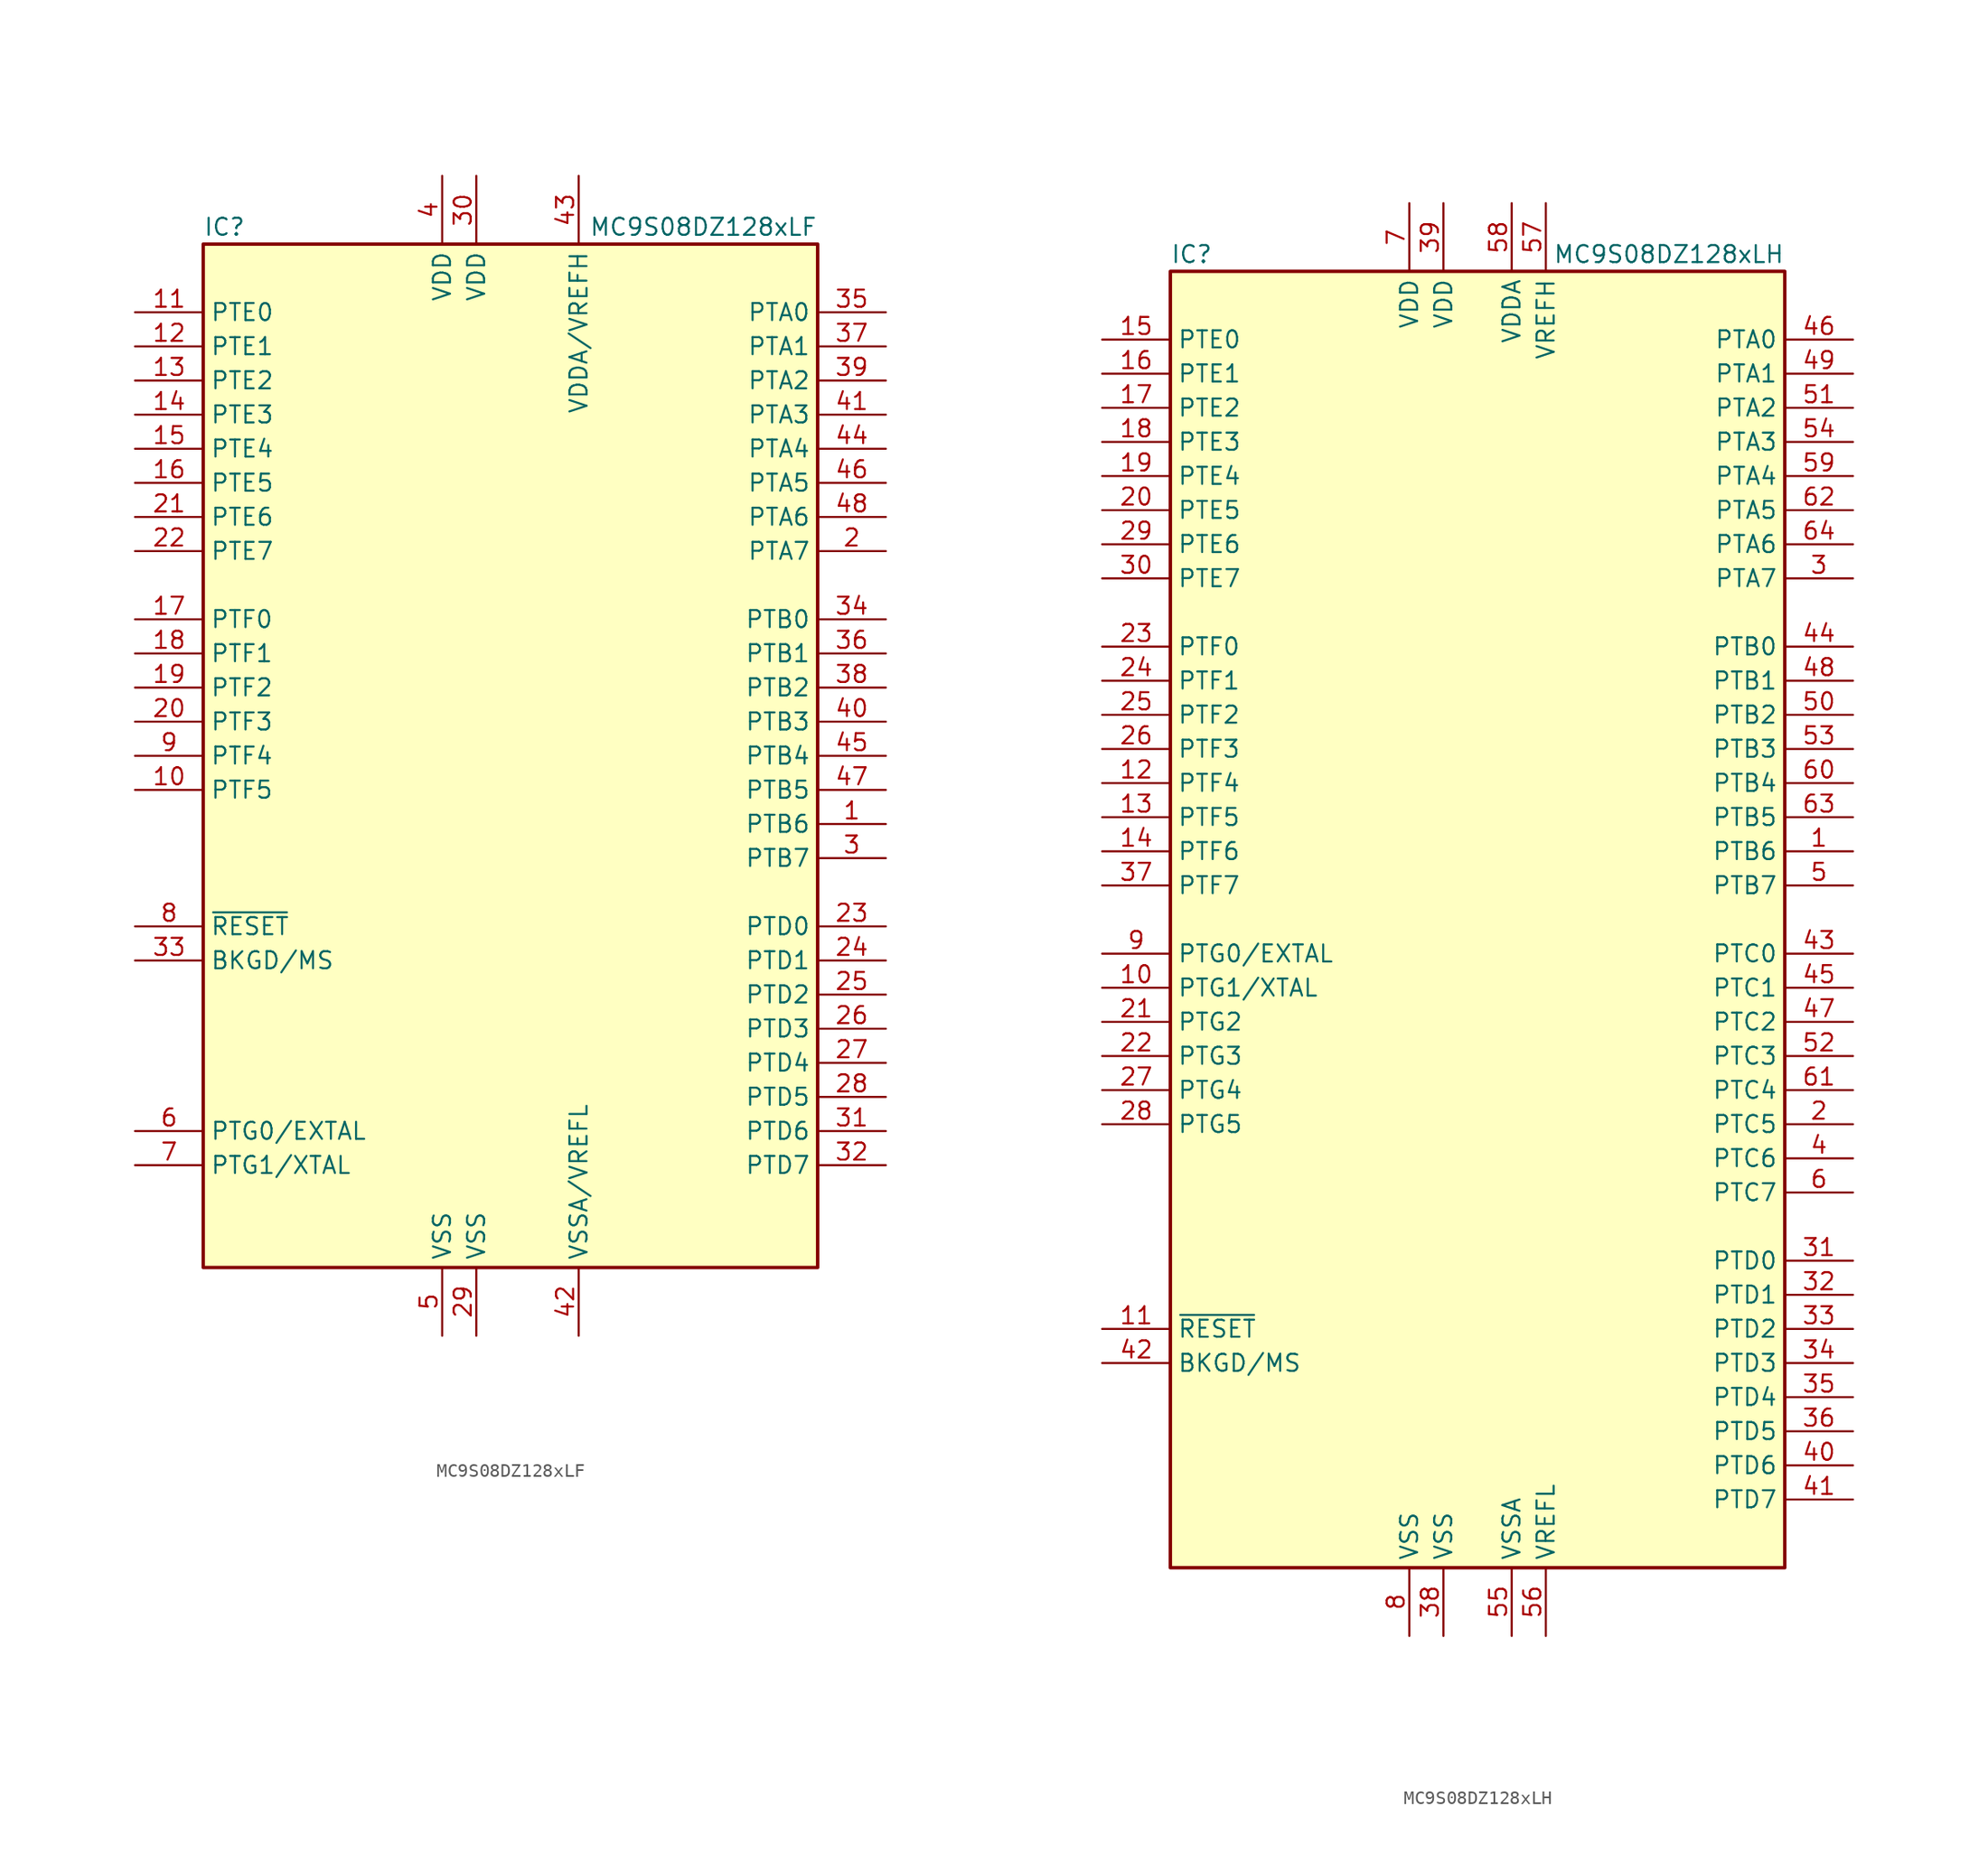
<source format=kicad_sym>
(kicad_symbol_lib
  (version 20201005)
  (generator kicad_symbol_editor)
  (symbol "MC9S08DZ128xLF"
    (property "Reference" "IC"
      (at -22.86 39.37 0)
      (effects (font (size 1.27 1.27)) (justify left)))
    (property "Value" "MC9S08DZ128xLF"
      (at 22.86 39.37 0)
      (effects (font (size 1.27 1.27)) (justify right)))
    (symbol "MC9S08DZ128xLF_0_1"
      (rectangle (start -22.86 38.1) (end 22.86 -38.1) (stroke (width 0.254)) (fill (type background))))
    (symbol "MC9S08DZ128xLF_1_1"
      (pin bidirectional line (at 27.94 -5.08 180) (length 5.08) (name "PTB6" (effects (font (size 1.27 1.27)))) (number "1" (effects (font (size 1.27 1.27)))))
      (pin bidirectional line (at -27.94 -2.54 0) (length 5.08) (name "PTF5" (effects (font (size 1.27 1.27)))) (number "10" (effects (font (size 1.27 1.27)))))
      (pin bidirectional line (at -27.94 33.02 0) (length 5.08) (name "PTE0" (effects (font (size 1.27 1.27)))) (number "11" (effects (font (size 1.27 1.27)))))
      (pin bidirectional line (at -27.94 30.48 0) (length 5.08) (name "PTE1" (effects (font (size 1.27 1.27)))) (number "12" (effects (font (size 1.27 1.27)))))
      (pin bidirectional line (at -27.94 27.94 0) (length 5.08) (name "PTE2" (effects (font (size 1.27 1.27)))) (number "13" (effects (font (size 1.27 1.27)))))
      (pin bidirectional line (at -27.94 25.4 0) (length 5.08) (name "PTE3" (effects (font (size 1.27 1.27)))) (number "14" (effects (font (size 1.27 1.27)))))
      (pin bidirectional line (at -27.94 22.86 0) (length 5.08) (name "PTE4" (effects (font (size 1.27 1.27)))) (number "15" (effects (font (size 1.27 1.27)))))
      (pin bidirectional line (at -27.94 20.32 0) (length 5.08) (name "PTE5" (effects (font (size 1.27 1.27)))) (number "16" (effects (font (size 1.27 1.27)))))
      (pin bidirectional line (at -27.94 10.16 0) (length 5.08) (name "PTF0" (effects (font (size 1.27 1.27)))) (number "17" (effects (font (size 1.27 1.27)))))
      (pin bidirectional line (at -27.94 7.62 0) (length 5.08) (name "PTF1" (effects (font (size 1.27 1.27)))) (number "18" (effects (font (size 1.27 1.27)))))
      (pin bidirectional line (at -27.94 5.08 0) (length 5.08) (name "PTF2" (effects (font (size 1.27 1.27)))) (number "19" (effects (font (size 1.27 1.27)))))
      (pin bidirectional line (at 27.94 15.24 180) (length 5.08) (name "PTA7" (effects (font (size 1.27 1.27)))) (number "2" (effects (font (size 1.27 1.27)))))
      (pin bidirectional line (at -27.94 2.54 0) (length 5.08) (name "PTF3" (effects (font (size 1.27 1.27)))) (number "20" (effects (font (size 1.27 1.27)))))
      (pin bidirectional line (at -27.94 17.78 0) (length 5.08) (name "PTE6" (effects (font (size 1.27 1.27)))) (number "21" (effects (font (size 1.27 1.27)))))
      (pin bidirectional line (at -27.94 15.24 0) (length 5.08) (name "PTE7" (effects (font (size 1.27 1.27)))) (number "22" (effects (font (size 1.27 1.27)))))
      (pin bidirectional line (at 27.94 -12.7 180) (length 5.08) (name "PTD0" (effects (font (size 1.27 1.27)))) (number "23" (effects (font (size 1.27 1.27)))))
      (pin bidirectional line (at 27.94 -15.24 180) (length 5.08) (name "PTD1" (effects (font (size 1.27 1.27)))) (number "24" (effects (font (size 1.27 1.27)))))
      (pin bidirectional line (at 27.94 -17.78 180) (length 5.08) (name "PTD2" (effects (font (size 1.27 1.27)))) (number "25" (effects (font (size 1.27 1.27)))))
      (pin bidirectional line (at 27.94 -20.32 180) (length 5.08) (name "PTD3" (effects (font (size 1.27 1.27)))) (number "26" (effects (font (size 1.27 1.27)))))
      (pin bidirectional line (at 27.94 -22.86 180) (length 5.08) (name "PTD4" (effects (font (size 1.27 1.27)))) (number "27" (effects (font (size 1.27 1.27)))))
      (pin bidirectional line (at 27.94 -25.4 180) (length 5.08) (name "PTD5" (effects (font (size 1.27 1.27)))) (number "28" (effects (font (size 1.27 1.27)))))
      (pin power_in line (at -2.54 -43.18 90) (length 5.08) (name "VSS" (effects (font (size 1.27 1.27)))) (number "29" (effects (font (size 1.27 1.27)))))
      (pin bidirectional line (at 27.94 -7.62 180) (length 5.08) (name "PTB7" (effects (font (size 1.27 1.27)))) (number "3" (effects (font (size 1.27 1.27)))))
      (pin power_in line (at -2.54 43.18 270) (length 5.08) (name "VDD" (effects (font (size 1.27 1.27)))) (number "30" (effects (font (size 1.27 1.27)))))
      (pin bidirectional line (at 27.94 -27.94 180) (length 5.08) (name "PTD6" (effects (font (size 1.27 1.27)))) (number "31" (effects (font (size 1.27 1.27)))))
      (pin bidirectional line (at 27.94 -30.48 180) (length 5.08) (name "PTD7" (effects (font (size 1.27 1.27)))) (number "32" (effects (font (size 1.27 1.27)))))
      (pin bidirectional line (at -27.94 -15.24 0) (length 5.08) (name "BKGD/MS" (effects (font (size 1.27 1.27)))) (number "33" (effects (font (size 1.27 1.27)))))
      (pin bidirectional line (at 27.94 10.16 180) (length 5.08) (name "PTB0" (effects (font (size 1.27 1.27)))) (number "34" (effects (font (size 1.27 1.27)))))
      (pin bidirectional line (at 27.94 33.02 180) (length 5.08) (name "PTA0" (effects (font (size 1.27 1.27)))) (number "35" (effects (font (size 1.27 1.27)))))
      (pin bidirectional line (at 27.94 7.62 180) (length 5.08) (name "PTB1" (effects (font (size 1.27 1.27)))) (number "36" (effects (font (size 1.27 1.27)))))
      (pin bidirectional line (at 27.94 30.48 180) (length 5.08) (name "PTA1" (effects (font (size 1.27 1.27)))) (number "37" (effects (font (size 1.27 1.27)))))
      (pin bidirectional line (at 27.94 5.08 180) (length 5.08) (name "PTB2" (effects (font (size 1.27 1.27)))) (number "38" (effects (font (size 1.27 1.27)))))
      (pin bidirectional line (at 27.94 27.94 180) (length 5.08) (name "PTA2" (effects (font (size 1.27 1.27)))) (number "39" (effects (font (size 1.27 1.27)))))
      (pin power_in line (at -5.08 43.18 270) (length 5.08) (name "VDD" (effects (font (size 1.27 1.27)))) (number "4" (effects (font (size 1.27 1.27)))))
      (pin bidirectional line (at 27.94 2.54 180) (length 5.08) (name "PTB3" (effects (font (size 1.27 1.27)))) (number "40" (effects (font (size 1.27 1.27)))))
      (pin bidirectional line (at 27.94 25.4 180) (length 5.08) (name "PTA3" (effects (font (size 1.27 1.27)))) (number "41" (effects (font (size 1.27 1.27)))))
      (pin power_in line (at 5.08 -43.18 90) (length 5.08) (name "VSSA/VREFL" (effects (font (size 1.27 1.27)))) (number "42" (effects (font (size 1.27 1.27)))))
      (pin power_in line (at 5.08 43.18 270) (length 5.08) (name "VDDA/VREFH" (effects (font (size 1.27 1.27)))) (number "43" (effects (font (size 1.27 1.27)))))
      (pin bidirectional line (at 27.94 22.86 180) (length 5.08) (name "PTA4" (effects (font (size 1.27 1.27)))) (number "44" (effects (font (size 1.27 1.27)))))
      (pin bidirectional line (at 27.94 0 180) (length 5.08) (name "PTB4" (effects (font (size 1.27 1.27)))) (number "45" (effects (font (size 1.27 1.27)))))
      (pin bidirectional line (at 27.94 20.32 180) (length 5.08) (name "PTA5" (effects (font (size 1.27 1.27)))) (number "46" (effects (font (size 1.27 1.27)))))
      (pin bidirectional line (at 27.94 -2.54 180) (length 5.08) (name "PTB5" (effects (font (size 1.27 1.27)))) (number "47" (effects (font (size 1.27 1.27)))))
      (pin bidirectional line (at 27.94 17.78 180) (length 5.08) (name "PTA6" (effects (font (size 1.27 1.27)))) (number "48" (effects (font (size 1.27 1.27)))))
      (pin power_in line (at -5.08 -43.18 90) (length 5.08) (name "VSS" (effects (font (size 1.27 1.27)))) (number "5" (effects (font (size 1.27 1.27)))))
      (pin bidirectional line (at -27.94 -27.94 0) (length 5.08) (name "PTG0/EXTAL" (effects (font (size 1.27 1.27)))) (number "6" (effects (font (size 1.27 1.27)))))
      (pin bidirectional line (at -27.94 -30.48 0) (length 5.08) (name "PTG1/XTAL" (effects (font (size 1.27 1.27)))) (number "7" (effects (font (size 1.27 1.27)))))
      (pin input line (at -27.94 -12.7 0) (length 5.08) (name "~RESET" (effects (font (size 1.27 1.27)))) (number "8" (effects (font (size 1.27 1.27)))))
      (pin bidirectional line (at -27.94 0 0) (length 5.08) (name "PTF4" (effects (font (size 1.27 1.27)))) (number "9" (effects (font (size 1.27 1.27)))))))
  (symbol "MC9S08DZ128xLH"
    (property "Reference" "IC"
      (at -22.86 49.53 0)
      (effects (font (size 1.27 1.27)) (justify left)))
    (property "Value" "MC9S08DZ128xLH"
      (at 22.86 49.53 0)
      (effects (font (size 1.27 1.27)) (justify right)))
    (symbol "MC9S08DZ128xLH_0_1"
      (rectangle (start -22.86 48.26) (end 22.86 -48.26) (stroke (width 0.254)) (fill (type background))))
    (symbol "MC9S08DZ128xLH_1_1"
      (pin bidirectional line (at 27.94 5.08 180) (length 5.08) (name "PTB6" (effects (font (size 1.27 1.27)))) (number "1" (effects (font (size 1.27 1.27)))))
      (pin bidirectional line (at -27.94 -5.08 0) (length 5.08) (name "PTG1/XTAL" (effects (font (size 1.27 1.27)))) (number "10" (effects (font (size 1.27 1.27)))))
      (pin input line (at -27.94 -30.48 0) (length 5.08) (name "~RESET" (effects (font (size 1.27 1.27)))) (number "11" (effects (font (size 1.27 1.27)))))
      (pin bidirectional line (at -27.94 10.16 0) (length 5.08) (name "PTF4" (effects (font (size 1.27 1.27)))) (number "12" (effects (font (size 1.27 1.27)))))
      (pin bidirectional line (at -27.94 7.62 0) (length 5.08) (name "PTF5" (effects (font (size 1.27 1.27)))) (number "13" (effects (font (size 1.27 1.27)))))
      (pin bidirectional line (at -27.94 5.08 0) (length 5.08) (name "PTF6" (effects (font (size 1.27 1.27)))) (number "14" (effects (font (size 1.27 1.27)))))
      (pin bidirectional line (at -27.94 43.18 0) (length 5.08) (name "PTE0" (effects (font (size 1.27 1.27)))) (number "15" (effects (font (size 1.27 1.27)))))
      (pin bidirectional line (at -27.94 40.64 0) (length 5.08) (name "PTE1" (effects (font (size 1.27 1.27)))) (number "16" (effects (font (size 1.27 1.27)))))
      (pin bidirectional line (at -27.94 38.1 0) (length 5.08) (name "PTE2" (effects (font (size 1.27 1.27)))) (number "17" (effects (font (size 1.27 1.27)))))
      (pin bidirectional line (at -27.94 35.56 0) (length 5.08) (name "PTE3" (effects (font (size 1.27 1.27)))) (number "18" (effects (font (size 1.27 1.27)))))
      (pin bidirectional line (at -27.94 33.02 0) (length 5.08) (name "PTE4" (effects (font (size 1.27 1.27)))) (number "19" (effects (font (size 1.27 1.27)))))
      (pin bidirectional line (at 27.94 -15.24 180) (length 5.08) (name "PTC5" (effects (font (size 1.27 1.27)))) (number "2" (effects (font (size 1.27 1.27)))))
      (pin bidirectional line (at -27.94 30.48 0) (length 5.08) (name "PTE5" (effects (font (size 1.27 1.27)))) (number "20" (effects (font (size 1.27 1.27)))))
      (pin bidirectional line (at -27.94 -7.62 0) (length 5.08) (name "PTG2" (effects (font (size 1.27 1.27)))) (number "21" (effects (font (size 1.27 1.27)))))
      (pin bidirectional line (at -27.94 -10.16 0) (length 5.08) (name "PTG3" (effects (font (size 1.27 1.27)))) (number "22" (effects (font (size 1.27 1.27)))))
      (pin bidirectional line (at -27.94 20.32 0) (length 5.08) (name "PTF0" (effects (font (size 1.27 1.27)))) (number "23" (effects (font (size 1.27 1.27)))))
      (pin bidirectional line (at -27.94 17.78 0) (length 5.08) (name "PTF1" (effects (font (size 1.27 1.27)))) (number "24" (effects (font (size 1.27 1.27)))))
      (pin bidirectional line (at -27.94 15.24 0) (length 5.08) (name "PTF2" (effects (font (size 1.27 1.27)))) (number "25" (effects (font (size 1.27 1.27)))))
      (pin bidirectional line (at -27.94 12.7 0) (length 5.08) (name "PTF3" (effects (font (size 1.27 1.27)))) (number "26" (effects (font (size 1.27 1.27)))))
      (pin bidirectional line (at -27.94 -12.7 0) (length 5.08) (name "PTG4" (effects (font (size 1.27 1.27)))) (number "27" (effects (font (size 1.27 1.27)))))
      (pin bidirectional line (at -27.94 -15.24 0) (length 5.08) (name "PTG5" (effects (font (size 1.27 1.27)))) (number "28" (effects (font (size 1.27 1.27)))))
      (pin bidirectional line (at -27.94 27.94 0) (length 5.08) (name "PTE6" (effects (font (size 1.27 1.27)))) (number "29" (effects (font (size 1.27 1.27)))))
      (pin bidirectional line (at 27.94 25.4 180) (length 5.08) (name "PTA7" (effects (font (size 1.27 1.27)))) (number "3" (effects (font (size 1.27 1.27)))))
      (pin bidirectional line (at -27.94 25.4 0) (length 5.08) (name "PTE7" (effects (font (size 1.27 1.27)))) (number "30" (effects (font (size 1.27 1.27)))))
      (pin bidirectional line (at 27.94 -25.4 180) (length 5.08) (name "PTD0" (effects (font (size 1.27 1.27)))) (number "31" (effects (font (size 1.27 1.27)))))
      (pin bidirectional line (at 27.94 -27.94 180) (length 5.08) (name "PTD1" (effects (font (size 1.27 1.27)))) (number "32" (effects (font (size 1.27 1.27)))))
      (pin bidirectional line (at 27.94 -30.48 180) (length 5.08) (name "PTD2" (effects (font (size 1.27 1.27)))) (number "33" (effects (font (size 1.27 1.27)))))
      (pin bidirectional line (at 27.94 -33.02 180) (length 5.08) (name "PTD3" (effects (font (size 1.27 1.27)))) (number "34" (effects (font (size 1.27 1.27)))))
      (pin bidirectional line (at 27.94 -35.56 180) (length 5.08) (name "PTD4" (effects (font (size 1.27 1.27)))) (number "35" (effects (font (size 1.27 1.27)))))
      (pin bidirectional line (at 27.94 -38.1 180) (length 5.08) (name "PTD5" (effects (font (size 1.27 1.27)))) (number "36" (effects (font (size 1.27 1.27)))))
      (pin bidirectional line (at -27.94 2.54 0) (length 5.08) (name "PTF7" (effects (font (size 1.27 1.27)))) (number "37" (effects (font (size 1.27 1.27)))))
      (pin power_in line (at -2.54 -53.34 90) (length 5.08) (name "VSS" (effects (font (size 1.27 1.27)))) (number "38" (effects (font (size 1.27 1.27)))))
      (pin power_in line (at -2.54 53.34 270) (length 5.08) (name "VDD" (effects (font (size 1.27 1.27)))) (number "39" (effects (font (size 1.27 1.27)))))
      (pin bidirectional line (at 27.94 -17.78 180) (length 5.08) (name "PTC6" (effects (font (size 1.27 1.27)))) (number "4" (effects (font (size 1.27 1.27)))))
      (pin bidirectional line (at 27.94 -40.64 180) (length 5.08) (name "PTD6" (effects (font (size 1.27 1.27)))) (number "40" (effects (font (size 1.27 1.27)))))
      (pin bidirectional line (at 27.94 -43.18 180) (length 5.08) (name "PTD7" (effects (font (size 1.27 1.27)))) (number "41" (effects (font (size 1.27 1.27)))))
      (pin bidirectional line (at -27.94 -33.02 0) (length 5.08) (name "BKGD/MS" (effects (font (size 1.27 1.27)))) (number "42" (effects (font (size 1.27 1.27)))))
      (pin bidirectional line (at 27.94 -2.54 180) (length 5.08) (name "PTC0" (effects (font (size 1.27 1.27)))) (number "43" (effects (font (size 1.27 1.27)))))
      (pin bidirectional line (at 27.94 20.32 180) (length 5.08) (name "PTB0" (effects (font (size 1.27 1.27)))) (number "44" (effects (font (size 1.27 1.27)))))
      (pin bidirectional line (at 27.94 -5.08 180) (length 5.08) (name "PTC1" (effects (font (size 1.27 1.27)))) (number "45" (effects (font (size 1.27 1.27)))))
      (pin bidirectional line (at 27.94 43.18 180) (length 5.08) (name "PTA0" (effects (font (size 1.27 1.27)))) (number "46" (effects (font (size 1.27 1.27)))))
      (pin bidirectional line (at 27.94 -7.62 180) (length 5.08) (name "PTC2" (effects (font (size 1.27 1.27)))) (number "47" (effects (font (size 1.27 1.27)))))
      (pin bidirectional line (at 27.94 17.78 180) (length 5.08) (name "PTB1" (effects (font (size 1.27 1.27)))) (number "48" (effects (font (size 1.27 1.27)))))
      (pin bidirectional line (at 27.94 40.64 180) (length 5.08) (name "PTA1" (effects (font (size 1.27 1.27)))) (number "49" (effects (font (size 1.27 1.27)))))
      (pin bidirectional line (at 27.94 2.54 180) (length 5.08) (name "PTB7" (effects (font (size 1.27 1.27)))) (number "5" (effects (font (size 1.27 1.27)))))
      (pin bidirectional line (at 27.94 15.24 180) (length 5.08) (name "PTB2" (effects (font (size 1.27 1.27)))) (number "50" (effects (font (size 1.27 1.27)))))
      (pin bidirectional line (at 27.94 38.1 180) (length 5.08) (name "PTA2" (effects (font (size 1.27 1.27)))) (number "51" (effects (font (size 1.27 1.27)))))
      (pin bidirectional line (at 27.94 -10.16 180) (length 5.08) (name "PTC3" (effects (font (size 1.27 1.27)))) (number "52" (effects (font (size 1.27 1.27)))))
      (pin bidirectional line (at 27.94 12.7 180) (length 5.08) (name "PTB3" (effects (font (size 1.27 1.27)))) (number "53" (effects (font (size 1.27 1.27)))))
      (pin bidirectional line (at 27.94 35.56 180) (length 5.08) (name "PTA3" (effects (font (size 1.27 1.27)))) (number "54" (effects (font (size 1.27 1.27)))))
      (pin power_in line (at 2.54 -53.34 90) (length 5.08) (name "VSSA" (effects (font (size 1.27 1.27)))) (number "55" (effects (font (size 1.27 1.27)))))
      (pin power_in line (at 5.08 -53.34 90) (length 5.08) (name "VREFL" (effects (font (size 1.27 1.27)))) (number "56" (effects (font (size 1.27 1.27)))))
      (pin power_in line (at 5.08 53.34 270) (length 5.08) (name "VREFH" (effects (font (size 1.27 1.27)))) (number "57" (effects (font (size 1.27 1.27)))))
      (pin power_in line (at 2.54 53.34 270) (length 5.08) (name "VDDA" (effects (font (size 1.27 1.27)))) (number "58" (effects (font (size 1.27 1.27)))))
      (pin bidirectional line (at 27.94 33.02 180) (length 5.08) (name "PTA4" (effects (font (size 1.27 1.27)))) (number "59" (effects (font (size 1.27 1.27)))))
      (pin bidirectional line (at 27.94 -20.32 180) (length 5.08) (name "PTC7" (effects (font (size 1.27 1.27)))) (number "6" (effects (font (size 1.27 1.27)))))
      (pin bidirectional line (at 27.94 10.16 180) (length 5.08) (name "PTB4" (effects (font (size 1.27 1.27)))) (number "60" (effects (font (size 1.27 1.27)))))
      (pin bidirectional line (at 27.94 -12.7 180) (length 5.08) (name "PTC4" (effects (font (size 1.27 1.27)))) (number "61" (effects (font (size 1.27 1.27)))))
      (pin bidirectional line (at 27.94 30.48 180) (length 5.08) (name "PTA5" (effects (font (size 1.27 1.27)))) (number "62" (effects (font (size 1.27 1.27)))))
      (pin bidirectional line (at 27.94 7.62 180) (length 5.08) (name "PTB5" (effects (font (size 1.27 1.27)))) (number "63" (effects (font (size 1.27 1.27)))))
      (pin bidirectional line (at 27.94 27.94 180) (length 5.08) (name "PTA6" (effects (font (size 1.27 1.27)))) (number "64" (effects (font (size 1.27 1.27)))))
      (pin power_in line (at -5.08 53.34 270) (length 5.08) (name "VDD" (effects (font (size 1.27 1.27)))) (number "7" (effects (font (size 1.27 1.27)))))
      (pin power_in line (at -5.08 -53.34 90) (length 5.08) (name "VSS" (effects (font (size 1.27 1.27)))) (number "8" (effects (font (size 1.27 1.27)))))
      (pin bidirectional line (at -27.94 -2.54 0) (length 5.08) (name "PTG0/EXTAL" (effects (font (size 1.27 1.27)))) (number "9" (effects (font (size 1.27 1.27))))))))
</source>
